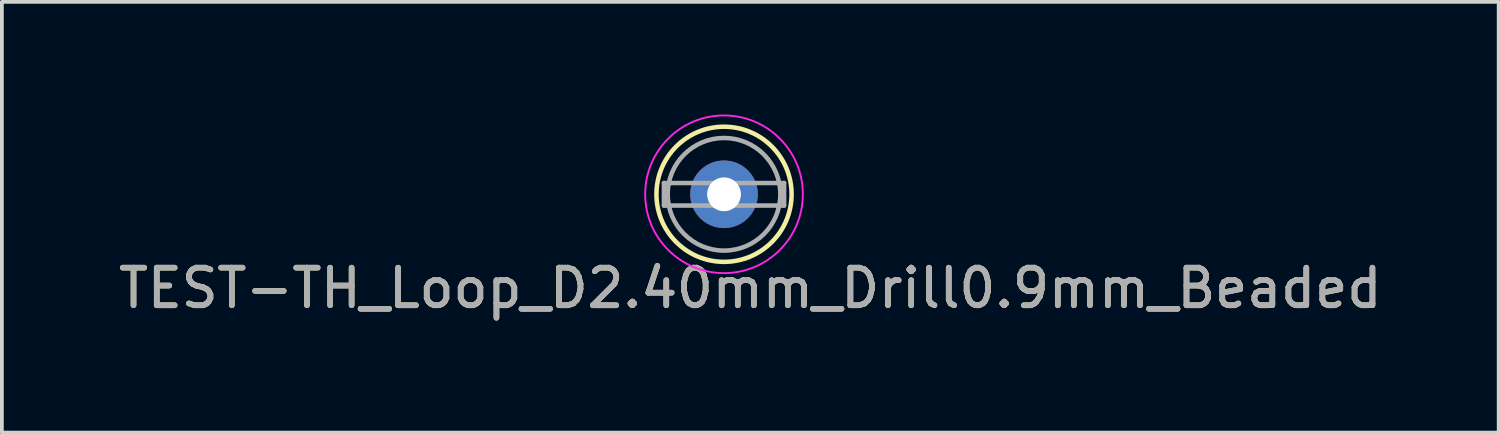
<source format=kicad_pcb>
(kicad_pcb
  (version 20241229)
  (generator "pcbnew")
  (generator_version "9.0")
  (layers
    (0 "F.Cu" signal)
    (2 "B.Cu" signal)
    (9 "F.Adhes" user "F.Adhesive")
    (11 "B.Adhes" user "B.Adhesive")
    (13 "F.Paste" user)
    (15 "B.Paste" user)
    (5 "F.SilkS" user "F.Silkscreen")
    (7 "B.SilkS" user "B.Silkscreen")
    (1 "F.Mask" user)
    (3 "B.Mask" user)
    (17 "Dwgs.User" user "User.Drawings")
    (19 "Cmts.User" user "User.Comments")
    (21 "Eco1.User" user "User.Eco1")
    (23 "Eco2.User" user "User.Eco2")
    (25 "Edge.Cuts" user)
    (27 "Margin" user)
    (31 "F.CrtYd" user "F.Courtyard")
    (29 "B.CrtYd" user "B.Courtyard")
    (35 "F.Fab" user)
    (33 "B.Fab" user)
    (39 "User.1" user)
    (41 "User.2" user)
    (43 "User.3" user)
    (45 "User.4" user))
  (footprint "TEST-TH_Loop_D2.40mm_Drill0.9mm_Beaded"
    (layer "F.Cu")
    (at 16.235 2.125)
    (property "Reference" "TEST-TH_Loop_D2.40mm_Drill0.9mm_Beaded" (at 0.7 2.5 0) (layer "F.SilkS") (effects (font (size 1 1) (thickness 0.15))))
    (attr through_hole)
    (fp_circle (center 0 0) (end 1.8 0) (stroke (width 0.12) (type solid)) (fill no) (layer "F.SilkS"))
    (fp_circle (center 0 0) (end 2.1 0) (stroke (width 0.05) (type solid)) (fill no) (layer "F.CrtYd"))
    (fp_line (start -1.6 -0.3) (end -1.6 0.3) (stroke (width 0.12) (type solid)) (layer "F.Fab"))
    (fp_line (start -1.6 0.3) (end 1.6 0.3) (stroke (width 0.12) (type solid)) (layer "F.Fab"))
    (fp_line (start 1.6 -0.3) (end -1.6 -0.3) (stroke (width 0.12) (type solid)) (layer "F.Fab"))
    (fp_line (start 1.6 0.3) (end 1.6 -0.3) (stroke (width 0.12) (type solid)) (layer "F.Fab"))
    (fp_circle (center 0 0) (end 1.5 0) (stroke (width 0.12) (type solid)) (fill no) (layer "F.Fab"))
    (fp_text user "${REFERENCE}" (at 0.7 2.5 0) (layer "F.Fab") (effects (font (size 1 1) (thickness 0.15))))
    (pad "1" thru_hole circle (at 0 0) (size 1.8 1.8) (drill 0.9) (layers "*.Cu" "*.Mask")))
  (gr_rect
    (start -3 -3)
    (end 36.869 8.473)
    (stroke (width 0.1) (type default))
    (fill no)
    (layer "Edge.Cuts")))
</source>
